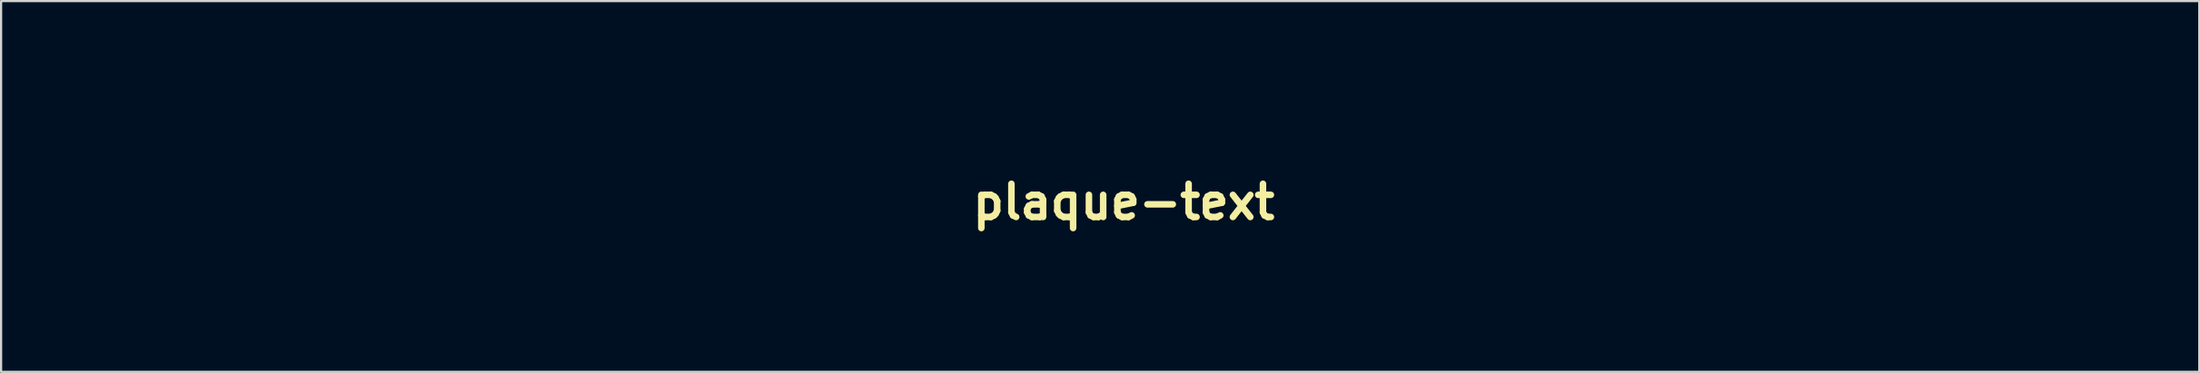
<source format=kicad_pcb>
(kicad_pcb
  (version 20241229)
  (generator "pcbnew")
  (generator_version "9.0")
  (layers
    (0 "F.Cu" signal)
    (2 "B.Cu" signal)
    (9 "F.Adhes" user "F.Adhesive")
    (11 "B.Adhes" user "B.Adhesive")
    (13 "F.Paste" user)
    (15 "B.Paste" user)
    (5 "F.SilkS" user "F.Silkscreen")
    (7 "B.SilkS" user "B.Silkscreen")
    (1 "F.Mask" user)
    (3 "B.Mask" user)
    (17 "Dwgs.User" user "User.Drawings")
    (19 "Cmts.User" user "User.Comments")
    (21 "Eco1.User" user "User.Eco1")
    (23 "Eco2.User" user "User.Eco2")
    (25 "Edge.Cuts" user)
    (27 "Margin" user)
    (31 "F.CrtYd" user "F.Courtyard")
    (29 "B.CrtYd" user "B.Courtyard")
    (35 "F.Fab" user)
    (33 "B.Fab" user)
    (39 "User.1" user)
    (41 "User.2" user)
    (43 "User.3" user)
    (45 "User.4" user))
  (footprint "plaque-text"
    (layer "F.Cu")
    (at 48.496 6.222)
    (property "Reference" "plaque-text" (at 0 0 0) (layer "F.SilkS") (effects (font (size 1.524 1.524) (thickness 0.3))))
    (attr through_hole)
    (fp_poly (pts (xy -48.238 -5.157) (xy -48.182 -4.665) (xy -48.147 -3.889) (xy -48.136 -2.931) (xy -48.148 -1.918) (xy -48.185 -1.158) (xy -48.242 -0.685) (xy -48.313 -0.533) (xy -48.388 -0.704) (xy -48.445 -1.196) (xy -48.48 -1.973) (xy -48.491 -2.931) (xy -48.478 -3.944) (xy -48.442 -4.704) (xy -48.384 -5.177) (xy -48.313 -5.329) (xy -48.238 -5.157)) (stroke (width 0.01) (type solid)) (fill yes) (layer "F.Paste"))
    (fp_poly (pts (xy -48.238 0.172) (xy -48.182 0.663) (xy -48.147 1.44) (xy -48.136 2.398) (xy -48.148 3.411) (xy -48.185 4.171) (xy -48.242 4.644) (xy -48.313 4.796) (xy -48.388 4.624) (xy -48.445 4.133) (xy -48.48 3.356) (xy -48.491 2.398) (xy -48.478 1.385) (xy -48.442 0.625) (xy -48.384 0.152) (xy -48.313 0) (xy -48.238 0.172)) (stroke (width 0.01) (type solid)) (fill yes) (layer "F.Paste"))
    (fp_poly (pts (xy -39.712 -5.157) (xy -39.656 -4.665) (xy -39.621 -3.889) (xy -39.61 -2.931) (xy -39.623 -1.918) (xy -39.659 -1.158) (xy -39.716 -0.685) (xy -39.787 -0.533) (xy -39.862 -0.704) (xy -39.919 -1.196) (xy -39.954 -1.973) (xy -39.965 -2.931) (xy -39.952 -3.944) (xy -39.916 -4.704) (xy -39.858 -5.177) (xy -39.787 -5.329) (xy -39.712 -5.157)) (stroke (width 0.01) (type solid)) (fill yes) (layer "F.Paste"))
    (fp_poly (pts (xy -39.712 0.172) (xy -39.656 0.663) (xy -39.621 1.44) (xy -39.61 2.398) (xy -39.623 3.411) (xy -39.659 4.171) (xy -39.716 4.644) (xy -39.787 4.796) (xy -39.862 4.624) (xy -39.919 4.133) (xy -39.954 3.356) (xy -39.965 2.398) (xy -39.952 1.385) (xy -39.916 0.625) (xy -39.858 0.152) (xy -39.787 0) (xy -39.712 0.172)) (stroke (width 0.01) (type solid)) (fill yes) (layer "F.Paste"))
    (fp_poly (pts (xy -30.643 2.33) (xy -30.31 2.402) (xy -30.198 2.543) (xy -30.196 2.576) (xy -30.278 2.73) (xy -30.568 2.813) (xy -31.133 2.841) (xy -31.262 2.842) (xy -31.88 2.821) (xy -32.213 2.749) (xy -32.325 2.608) (xy -32.327 2.576) (xy -32.245 2.421) (xy -31.955 2.338) (xy -31.39 2.31) (xy -31.262 2.309) (xy -30.643 2.33)) (stroke (width 0.01) (type solid)) (fill yes) (layer "F.Paste"))
    (fp_poly (pts (xy -27.801 2.33) (xy -27.469 2.402) (xy -27.356 2.543) (xy -27.354 2.576) (xy -27.436 2.73) (xy -27.726 2.813) (xy -28.291 2.841) (xy -28.42 2.842) (xy -29.038 2.821) (xy -29.371 2.749) (xy -29.483 2.608) (xy -29.485 2.576) (xy -29.403 2.421) (xy -29.113 2.338) (xy -28.548 2.31) (xy -28.42 2.309) (xy -27.801 2.33)) (stroke (width 0.01) (type solid)) (fill yes) (layer "F.Paste"))
    (fp_poly (pts (xy -19.819 -5.157) (xy -19.762 -4.665) (xy -19.727 -3.889) (xy -19.716 -2.931) (xy -19.729 -1.918) (xy -19.765 -1.158) (xy -19.823 -0.685) (xy -19.894 -0.533) (xy -19.969 -0.704) (xy -20.025 -1.196) (xy -20.06 -1.973) (xy -20.071 -2.931) (xy -20.059 -3.944) (xy -20.022 -4.704) (xy -19.965 -5.177) (xy -19.894 -5.329) (xy -19.819 -5.157)) (stroke (width 0.01) (type solid)) (fill yes) (layer "F.Paste"))
    (fp_poly (pts (xy -19.819 0.172) (xy -19.762 0.663) (xy -19.727 1.44) (xy -19.716 2.398) (xy -19.729 3.411) (xy -19.765 4.171) (xy -19.823 4.644) (xy -19.894 4.796) (xy -19.969 4.624) (xy -20.025 4.133) (xy -20.06 3.356) (xy -20.071 2.398) (xy -20.059 1.385) (xy -20.022 0.625) (xy -19.965 0.152) (xy -19.894 0) (xy -19.819 0.172)) (stroke (width 0.01) (type solid)) (fill yes) (layer "F.Paste"))
    (fp_poly (pts (xy -11.293 -5.157) (xy -11.236 -4.665) (xy -11.201 -3.889) (xy -11.19 -2.931) (xy -11.203 -1.918) (xy -11.239 -1.158) (xy -11.297 -0.685) (xy -11.368 -0.533) (xy -11.443 -0.704) (xy -11.499 -1.196) (xy -11.534 -1.973) (xy -11.545 -2.931) (xy -11.533 -3.944) (xy -11.496 -4.704) (xy -11.439 -5.177) (xy -11.368 -5.329) (xy -11.293 -5.157)) (stroke (width 0.01) (type solid)) (fill yes) (layer "F.Paste"))
    (fp_poly (pts (xy -11.293 0.172) (xy -11.236 0.663) (xy -11.201 1.44) (xy -11.19 2.398) (xy -11.203 3.411) (xy -11.239 4.171) (xy -11.297 4.644) (xy -11.368 4.796) (xy -11.443 4.624) (xy -11.499 4.133) (xy -11.534 3.356) (xy -11.545 2.398) (xy -11.533 1.385) (xy -11.496 0.625) (xy -11.439 0.152) (xy -11.368 0) (xy -11.293 0.172)) (stroke (width 0.01) (type solid)) (fill yes) (layer "F.Paste"))
    (fp_poly (pts (xy -5.609 -5.157) (xy -5.553 -4.665) (xy -5.518 -3.889) (xy -5.506 -2.931) (xy -5.519 -1.918) (xy -5.555 -1.158) (xy -5.613 -0.685) (xy -5.684 -0.533) (xy -5.759 -0.704) (xy -5.815 -1.196) (xy -5.85 -1.973) (xy -5.862 -2.931) (xy -5.849 -3.944) (xy -5.812 -4.704) (xy -5.755 -5.177) (xy -5.684 -5.329) (xy -5.609 -5.157)) (stroke (width 0.01) (type solid)) (fill yes) (layer "F.Paste"))
    (fp_poly (pts (xy -5.609 0.172) (xy -5.553 0.663) (xy -5.518 1.44) (xy -5.506 2.398) (xy -5.519 3.411) (xy -5.555 4.171) (xy -5.613 4.644) (xy -5.684 4.796) (xy -5.759 4.624) (xy -5.815 4.133) (xy -5.85 3.356) (xy -5.862 2.398) (xy -5.849 1.385) (xy -5.812 0.625) (xy -5.755 0.152) (xy -5.684 0) (xy -5.609 0.172)) (stroke (width 0.01) (type solid)) (fill yes) (layer "F.Paste"))
    (fp_poly (pts (xy -2.138 -6.196) (xy -1.644 -6.139) (xy -1.426 -6.055) (xy -1.421 -6.039) (xy -1.587 -5.951) (xy -2.041 -5.889) (xy -2.715 -5.862) (xy -2.842 -5.862) (xy -3.546 -5.882) (xy -4.04 -5.939) (xy -4.258 -6.023) (xy -4.263 -6.039) (xy -4.097 -6.127) (xy -3.643 -6.189) (xy -2.969 -6.216) (xy -2.842 -6.217) (xy -2.138 -6.196)) (stroke (width 0.01) (type solid)) (fill yes) (layer "F.Paste"))
    (fp_poly (pts (xy -2.138 4.461) (xy -1.644 4.518) (xy -1.426 4.602) (xy -1.421 4.618) (xy -1.587 4.706) (xy -2.041 4.768) (xy -2.715 4.795) (xy -2.842 4.796) (xy -3.546 4.775) (xy -4.04 4.718) (xy -4.258 4.634) (xy -4.263 4.618) (xy -4.097 4.53) (xy -3.643 4.468) (xy -2.969 4.441) (xy -2.842 4.441) (xy -2.138 4.461)) (stroke (width 0.01) (type solid)) (fill yes) (layer "F.Paste"))
    (fp_poly (pts (xy 14.285 -5.157) (xy 14.341 -4.665) (xy 14.376 -3.889) (xy 14.387 -2.931) (xy 14.375 -1.918) (xy 14.338 -1.158) (xy 14.281 -0.685) (xy 14.21 -0.533) (xy 14.135 -0.704) (xy 14.078 -1.196) (xy 14.043 -1.973) (xy 14.032 -2.931) (xy 14.045 -3.944) (xy 14.081 -4.704) (xy 14.139 -5.177) (xy 14.21 -5.329) (xy 14.285 -5.157)) (stroke (width 0.01) (type solid)) (fill yes) (layer "F.Paste"))
    (fp_poly (pts (xy 17.755 -0.867) (xy 18.25 -0.811) (xy 18.468 -0.726) (xy 18.473 -0.71) (xy 18.307 -0.623) (xy 17.853 -0.561) (xy 17.179 -0.533) (xy 17.052 -0.533) (xy 16.348 -0.554) (xy 15.854 -0.61) (xy 15.636 -0.695) (xy 15.631 -0.71) (xy 15.797 -0.798) (xy 16.251 -0.86) (xy 16.925 -0.888) (xy 17.052 -0.888) (xy 17.755 -0.867)) (stroke (width 0.01) (type solid)) (fill yes) (layer "F.Paste"))
    (fp_poly (pts (xy 19.969 -5.157) (xy 20.025 -4.665) (xy 20.06 -3.889) (xy 20.071 -2.931) (xy 20.059 -1.918) (xy 20.022 -1.158) (xy 19.965 -0.685) (xy 19.894 -0.533) (xy 19.819 -0.704) (xy 19.762 -1.196) (xy 19.727 -1.973) (xy 19.716 -2.931) (xy 19.729 -3.944) (xy 19.765 -4.704) (xy 19.823 -5.177) (xy 19.894 -5.329) (xy 19.969 -5.157)) (stroke (width 0.01) (type solid)) (fill yes) (layer "F.Paste"))
    (fp_poly (pts (xy 19.969 0.172) (xy 20.025 0.663) (xy 20.06 1.44) (xy 20.071 2.398) (xy 20.059 3.411) (xy 20.022 4.171) (xy 19.965 4.644) (xy 19.894 4.796) (xy 19.819 4.624) (xy 19.762 4.133) (xy 19.727 3.356) (xy 19.716 2.398) (xy 19.729 1.385) (xy 19.765 0.625) (xy 19.823 0.152) (xy 19.894 0) (xy 19.969 0.172)) (stroke (width 0.01) (type solid)) (fill yes) (layer "F.Paste"))
    (fp_poly (pts (xy 23.439 -0.867) (xy 23.934 -0.811) (xy 24.152 -0.726) (xy 24.157 -0.71) (xy 23.99 -0.623) (xy 23.537 -0.561) (xy 22.863 -0.533) (xy 22.736 -0.533) (xy 22.032 -0.554) (xy 21.537 -0.61) (xy 21.319 -0.695) (xy 21.315 -0.71) (xy 21.481 -0.798) (xy 21.935 -0.86) (xy 22.609 -0.888) (xy 22.736 -0.888) (xy 23.439 -0.867)) (stroke (width 0.01) (type solid)) (fill yes) (layer "F.Paste"))
    (fp_poly (pts (xy 31.965 -6.196) (xy 32.46 -6.139) (xy 32.678 -6.055) (xy 32.683 -6.039) (xy 32.516 -5.951) (xy 32.063 -5.889) (xy 31.389 -5.862) (xy 31.262 -5.862) (xy 30.558 -5.882) (xy 30.063 -5.939) (xy 29.845 -6.023) (xy 29.841 -6.039) (xy 30.007 -6.127) (xy 30.46 -6.189) (xy 31.134 -6.216) (xy 31.262 -6.217) (xy 31.965 -6.196)) (stroke (width 0.01) (type solid)) (fill yes) (layer "F.Paste"))
    (fp_poly (pts (xy 31.965 4.461) (xy 32.46 4.518) (xy 32.678 4.602) (xy 32.683 4.618) (xy 32.516 4.706) (xy 32.063 4.768) (xy 31.389 4.795) (xy 31.262 4.796) (xy 30.558 4.775) (xy 30.063 4.718) (xy 29.845 4.634) (xy 29.841 4.618) (xy 30.007 4.53) (xy 30.46 4.468) (xy 31.134 4.441) (xy 31.262 4.441) (xy 31.965 4.461)) (stroke (width 0.01) (type solid)) (fill yes) (layer "F.Paste"))
    (fp_poly (pts (xy 43.333 -6.196) (xy 43.828 -6.139) (xy 44.046 -6.055) (xy 44.05 -6.039) (xy 43.884 -5.951) (xy 43.43 -5.889) (xy 42.756 -5.862) (xy 42.629 -5.862) (xy 41.926 -5.882) (xy 41.431 -5.939) (xy 41.213 -6.023) (xy 41.208 -6.039) (xy 41.375 -6.127) (xy 41.828 -6.189) (xy 42.502 -6.216) (xy 42.629 -6.217) (xy 43.333 -6.196)) (stroke (width 0.01) (type solid)) (fill yes) (layer "F.Paste"))
    (fp_poly (pts (xy 43.333 4.461) (xy 43.828 4.518) (xy 44.046 4.602) (xy 44.05 4.618) (xy 43.884 4.706) (xy 43.43 4.768) (xy 42.756 4.795) (xy 42.629 4.796) (xy 41.926 4.775) (xy 41.431 4.718) (xy 41.213 4.634) (xy 41.208 4.618) (xy 41.375 4.53) (xy 41.828 4.468) (xy 42.502 4.441) (xy 42.629 4.441) (xy 43.333 4.461)) (stroke (width 0.01) (type solid)) (fill yes) (layer "F.Paste"))
    (fp_poly (pts (xy -46.206 -4.753) (xy -45.994 -4.448) (xy -45.699 -3.926) (xy -45.41 -3.354) (xy -45.019 -2.542) (xy -44.768 -1.995) (xy -44.639 -1.663) (xy -44.613 -1.491) (xy -44.672 -1.428) (xy -44.752 -1.421) (xy -44.895 -1.572) (xy -45.142 -1.976) (xy -45.452 -2.565) (xy -45.646 -2.968) (xy -45.953 -3.665) (xy -46.181 -4.261) (xy -46.298 -4.672) (xy -46.304 -4.789) (xy -46.206 -4.753)) (stroke (width 0.01) (type solid)) (fill yes) (layer "F.Paste"))
    (fp_poly (pts (xy -43.364 0.575) (xy -43.152 0.88) (xy -42.857 1.403) (xy -42.568 1.974) (xy -42.177 2.787) (xy -41.926 3.333) (xy -41.797 3.666) (xy -41.771 3.837) (xy -41.83 3.9) (xy -41.91 3.908) (xy -42.053 3.757) (xy -42.3 3.352) (xy -42.61 2.764) (xy -42.804 2.361) (xy -43.111 1.664) (xy -43.339 1.067) (xy -43.456 0.656) (xy -43.462 0.54) (xy -43.364 0.575)) (stroke (width 0.01) (type solid)) (fill yes) (layer "F.Paste"))
    (fp_poly (pts (xy -33.312 0.809) (xy -33.476 1.289) (xy -33.724 1.894) (xy -34.016 2.541) (xy -34.315 3.144) (xy -34.58 3.619) (xy -34.774 3.881) (xy -34.823 3.908) (xy -34.988 3.817) (xy -34.992 3.795) (xy -34.919 3.547) (xy -34.728 3.105) (xy -34.456 2.545) (xy -34.144 1.94) (xy -33.831 1.363) (xy -33.554 0.889) (xy -33.354 0.592) (xy -33.271 0.54) (xy -33.312 0.809)) (stroke (width 0.01) (type solid)) (fill yes) (layer "F.Paste"))
    (fp_poly (pts (xy -30.47 -4.52) (xy -30.634 -4.04) (xy -30.882 -3.435) (xy -31.175 -2.788) (xy -31.473 -2.185) (xy -31.738 -1.71) (xy -31.932 -1.447) (xy -31.981 -1.421) (xy -32.146 -1.511) (xy -32.15 -1.534) (xy -32.077 -1.782) (xy -31.886 -2.223) (xy -31.614 -2.784) (xy -31.302 -3.389) (xy -30.989 -3.966) (xy -30.712 -4.44) (xy -30.512 -4.737) (xy -30.429 -4.789) (xy -30.47 -4.52)) (stroke (width 0.01) (type solid)) (fill yes) (layer "F.Paste"))
    (fp_poly (pts (xy -29.154 -4.753) (xy -28.942 -4.448) (xy -28.647 -3.926) (xy -28.358 -3.354) (xy -27.968 -2.542) (xy -27.716 -1.995) (xy -27.587 -1.663) (xy -27.561 -1.491) (xy -27.621 -1.428) (xy -27.701 -1.421) (xy -27.844 -1.572) (xy -28.09 -1.976) (xy -28.4 -2.565) (xy -28.595 -2.968) (xy -28.902 -3.665) (xy -29.129 -4.261) (xy -29.246 -4.672) (xy -29.252 -4.789) (xy -29.154 -4.753)) (stroke (width 0.01) (type solid)) (fill yes) (layer "F.Paste"))
    (fp_poly (pts (xy -26.312 0.575) (xy -26.1 0.88) (xy -25.805 1.403) (xy -25.516 1.974) (xy -25.126 2.787) (xy -24.875 3.333) (xy -24.745 3.666) (xy -24.719 3.837) (xy -24.779 3.9) (xy -24.859 3.908) (xy -25.002 3.757) (xy -25.248 3.352) (xy -25.558 2.764) (xy -25.753 2.361) (xy -26.06 1.664) (xy -26.287 1.067) (xy -26.404 0.656) (xy -26.41 0.54) (xy -26.312 0.575)) (stroke (width 0.01) (type solid)) (fill yes) (layer "F.Paste"))
    (fp_poly (pts (xy -17.787 -4.753) (xy -17.574 -4.448) (xy -17.279 -3.926) (xy -16.99 -3.354) (xy -16.6 -2.542) (xy -16.349 -1.995) (xy -16.219 -1.663) (xy -16.193 -1.491) (xy -16.253 -1.428) (xy -16.333 -1.421) (xy -16.476 -1.572) (xy -16.723 -1.976) (xy -17.032 -2.565) (xy -17.227 -2.968) (xy -17.534 -3.665) (xy -17.761 -4.261) (xy -17.878 -4.672) (xy -17.884 -4.789) (xy -17.787 -4.753)) (stroke (width 0.01) (type solid)) (fill yes) (layer "F.Paste"))
    (fp_poly (pts (xy -14.945 0.575) (xy -14.732 0.88) (xy -14.437 1.403) (xy -14.148 1.974) (xy -13.758 2.787) (xy -13.507 3.333) (xy -13.377 3.666) (xy -13.351 3.837) (xy -13.411 3.9) (xy -13.491 3.908) (xy -13.634 3.757) (xy -13.881 3.352) (xy -14.19 2.764) (xy -14.385 2.361) (xy -14.692 1.664) (xy -14.919 1.067) (xy -15.036 0.656) (xy -15.042 0.54) (xy -14.945 0.575)) (stroke (width 0.01) (type solid)) (fill yes) (layer "F.Paste"))
    (fp_poly (pts (xy -0.735 -4.753) (xy -0.522 -4.448) (xy -0.227 -3.926) (xy 0.062 -3.354) (xy 0.452 -2.542) (xy 0.703 -1.995) (xy 0.833 -1.663) (xy 0.859 -1.491) (xy 0.799 -1.428) (xy 0.719 -1.421) (xy 0.576 -1.572) (xy 0.329 -1.976) (xy 0.02 -2.565) (xy -0.175 -2.968) (xy -0.482 -3.665) (xy -0.71 -4.261) (xy -0.826 -4.672) (xy -0.832 -4.789) (xy -0.735 -4.753)) (stroke (width 0.01) (type solid)) (fill yes) (layer "F.Paste"))
    (fp_poly (pts (xy 0.791 0.809) (xy 0.627 1.289) (xy 0.38 1.894) (xy 0.087 2.541) (xy -0.211 3.144) (xy -0.477 3.619) (xy -0.67 3.881) (xy -0.719 3.908) (xy -0.885 3.817) (xy -0.888 3.795) (xy -0.816 3.547) (xy -0.624 3.105) (xy -0.353 2.545) (xy -0.041 1.94) (xy 0.273 1.363) (xy 0.549 0.889) (xy 0.749 0.592) (xy 0.832 0.54) (xy 0.791 0.809)) (stroke (width 0.01) (type solid)) (fill yes) (layer "F.Paste"))
    (fp_poly (pts (xy 6.475 0.809) (xy 6.311 1.289) (xy 6.064 1.894) (xy 5.771 2.541) (xy 5.472 3.144) (xy 5.207 3.619) (xy 5.014 3.881) (xy 4.965 3.908) (xy 4.799 3.817) (xy 4.796 3.795) (xy 4.868 3.547) (xy 5.06 3.105) (xy 5.331 2.545) (xy 5.643 1.94) (xy 5.957 1.363) (xy 6.233 0.889) (xy 6.433 0.592) (xy 6.516 0.54) (xy 6.475 0.809)) (stroke (width 0.01) (type solid)) (fill yes) (layer "F.Paste"))
    (fp_poly (pts (xy 9.317 -4.52) (xy 9.153 -4.04) (xy 8.906 -3.435) (xy 8.613 -2.788) (xy 8.314 -2.185) (xy 8.049 -1.71) (xy 7.856 -1.447) (xy 7.807 -1.421) (xy 7.641 -1.511) (xy 7.638 -1.534) (xy 7.71 -1.782) (xy 7.902 -2.223) (xy 8.173 -2.784) (xy 8.485 -3.389) (xy 8.799 -3.966) (xy 9.075 -4.44) (xy 9.275 -4.737) (xy 9.358 -4.789) (xy 9.317 -4.52)) (stroke (width 0.01) (type solid)) (fill yes) (layer "F.Paste"))
    (fp_poly (pts (xy 27.685 0.575) (xy 27.897 0.88) (xy 28.192 1.403) (xy 28.481 1.974) (xy 28.872 2.787) (xy 29.123 3.333) (xy 29.252 3.666) (xy 29.278 3.837) (xy 29.219 3.9) (xy 29.139 3.908) (xy 28.995 3.757) (xy 28.749 3.352) (xy 28.439 2.764) (xy 28.245 2.361) (xy 27.937 1.664) (xy 27.71 1.067) (xy 27.593 0.656) (xy 27.587 0.54) (xy 27.685 0.575)) (stroke (width 0.01) (type solid)) (fill yes) (layer "F.Paste"))
    (fp_poly (pts (xy 29.211 -4.52) (xy 29.047 -4.04) (xy 28.799 -3.435) (xy 28.507 -2.788) (xy 28.208 -2.185) (xy 27.943 -1.71) (xy 27.75 -1.447) (xy 27.701 -1.421) (xy 27.535 -1.511) (xy 27.531 -1.534) (xy 27.604 -1.782) (xy 27.795 -2.223) (xy 28.067 -2.784) (xy 28.379 -3.389) (xy 28.692 -3.966) (xy 28.969 -4.44) (xy 29.169 -4.737) (xy 29.252 -4.789) (xy 29.211 -4.52)) (stroke (width 0.01) (type solid)) (fill yes) (layer "F.Paste"))
    (fp_poly (pts (xy 33.369 -4.753) (xy 33.581 -4.448) (xy 33.876 -3.926) (xy 34.165 -3.354) (xy 34.556 -2.542) (xy 34.807 -1.995) (xy 34.936 -1.663) (xy 34.962 -1.491) (xy 34.902 -1.428) (xy 34.823 -1.421) (xy 34.679 -1.572) (xy 34.433 -1.976) (xy 34.123 -2.565) (xy 33.929 -2.968) (xy 33.621 -3.665) (xy 33.394 -4.261) (xy 33.277 -4.672) (xy 33.271 -4.789) (xy 33.369 -4.753)) (stroke (width 0.01) (type solid)) (fill yes) (layer "F.Paste"))
    (fp_poly (pts (xy 34.895 0.809) (xy 34.731 1.289) (xy 34.483 1.894) (xy 34.191 2.541) (xy 33.892 3.144) (xy 33.627 3.619) (xy 33.433 3.881) (xy 33.384 3.908) (xy 33.219 3.817) (xy 33.215 3.795) (xy 33.288 3.547) (xy 33.479 3.105) (xy 33.751 2.545) (xy 34.063 1.94) (xy 34.376 1.363) (xy 34.653 0.889) (xy 34.853 0.592) (xy 34.936 0.54) (xy 34.895 0.809)) (stroke (width 0.01) (type solid)) (fill yes) (layer "F.Paste"))
    (fp_poly (pts (xy 39.053 0.575) (xy 39.265 0.88) (xy 39.56 1.403) (xy 39.849 1.974) (xy 40.239 2.787) (xy 40.491 3.333) (xy 40.62 3.666) (xy 40.646 3.837) (xy 40.586 3.9) (xy 40.506 3.908) (xy 40.363 3.757) (xy 40.117 3.352) (xy 39.807 2.764) (xy 39.612 2.361) (xy 39.305 1.664) (xy 39.078 1.067) (xy 38.961 0.656) (xy 38.955 0.54) (xy 39.053 0.575)) (stroke (width 0.01) (type solid)) (fill yes) (layer "F.Paste"))
    (fp_poly (pts (xy 40.579 -4.52) (xy 40.415 -4.04) (xy 40.167 -3.435) (xy 39.874 -2.788) (xy 39.576 -2.185) (xy 39.311 -1.71) (xy 39.117 -1.447) (xy 39.068 -1.421) (xy 38.903 -1.511) (xy 38.899 -1.534) (xy 38.972 -1.782) (xy 39.163 -2.223) (xy 39.435 -2.784) (xy 39.747 -3.389) (xy 40.06 -3.966) (xy 40.337 -4.44) (xy 40.536 -4.737) (xy 40.62 -4.789) (xy 40.579 -4.52)) (stroke (width 0.01) (type solid)) (fill yes) (layer "F.Paste"))
    (fp_poly (pts (xy 44.736 -4.753) (xy 44.949 -4.448) (xy 45.244 -3.926) (xy 45.533 -3.354) (xy 45.923 -2.542) (xy 46.174 -1.995) (xy 46.304 -1.663) (xy 46.33 -1.491) (xy 46.27 -1.428) (xy 46.19 -1.421) (xy 46.047 -1.572) (xy 45.801 -1.976) (xy 45.491 -2.565) (xy 45.296 -2.968) (xy 44.989 -3.665) (xy 44.762 -4.261) (xy 44.645 -4.672) (xy 44.639 -4.789) (xy 44.736 -4.753)) (stroke (width 0.01) (type solid)) (fill yes) (layer "F.Paste"))
    (fp_poly (pts (xy 46.263 0.809) (xy 46.099 1.289) (xy 45.851 1.894) (xy 45.558 2.541) (xy 45.26 3.144) (xy 44.994 3.619) (xy 44.801 3.881) (xy 44.752 3.908) (xy 44.587 3.817) (xy 44.583 3.795) (xy 44.656 3.547) (xy 44.847 3.105) (xy 45.118 2.545) (xy 45.431 1.94) (xy 45.744 1.363) (xy 46.021 0.889) (xy 46.22 0.592) (xy 46.304 0.54) (xy 46.263 0.809)) (stroke (width 0.01) (type solid)) (fill yes) (layer "F.Paste"))
    (fp_poly (pts (xy 8.237 -6.206) (xy 9.105 -6.175) (xy 9.681 -6.125) (xy 9.936 -6.058) (xy 9.947 -6.039) (xy 9.774 -5.968) (xy 9.274 -5.914) (xy 8.475 -5.878) (xy 7.405 -5.862) (xy 7.105 -5.862) (xy 5.972 -5.872) (xy 5.104 -5.904) (xy 4.529 -5.954) (xy 4.273 -6.02) (xy 4.263 -6.039) (xy 4.436 -6.11) (xy 4.936 -6.164) (xy 5.735 -6.2) (xy 6.805 -6.216) (xy 7.105 -6.217) (xy 8.237 -6.206)) (stroke (width 0.01) (type solid)) (fill yes) (layer "F.Paste")))
  (gr_rect
    (start -3 -3)
    (end 97.831 14.023)
    (stroke (width 0.1) (type default))
    (fill no)
    (layer "Edge.Cuts")))
</source>
